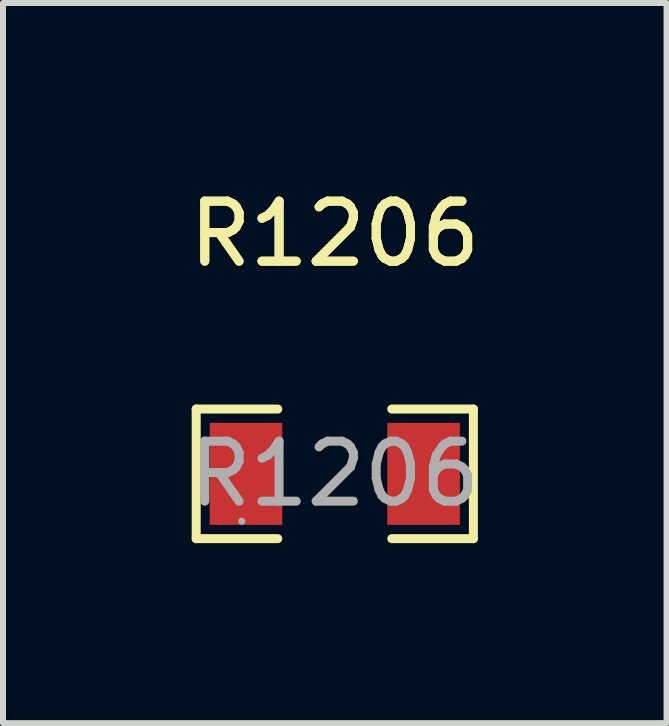
<source format=kicad_pcb>
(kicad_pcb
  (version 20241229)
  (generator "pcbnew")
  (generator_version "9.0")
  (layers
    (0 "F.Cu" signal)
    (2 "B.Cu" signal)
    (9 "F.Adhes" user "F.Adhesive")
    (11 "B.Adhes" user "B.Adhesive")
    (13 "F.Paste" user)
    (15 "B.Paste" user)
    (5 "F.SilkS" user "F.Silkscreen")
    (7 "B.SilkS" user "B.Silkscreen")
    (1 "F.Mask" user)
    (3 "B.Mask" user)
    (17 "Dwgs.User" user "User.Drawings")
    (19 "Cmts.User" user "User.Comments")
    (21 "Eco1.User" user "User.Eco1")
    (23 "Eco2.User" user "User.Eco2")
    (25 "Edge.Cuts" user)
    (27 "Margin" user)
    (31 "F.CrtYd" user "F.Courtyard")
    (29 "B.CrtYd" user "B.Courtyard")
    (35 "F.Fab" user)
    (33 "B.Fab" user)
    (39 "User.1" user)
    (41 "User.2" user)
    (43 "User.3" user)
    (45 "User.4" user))
  (footprint "R1206"
    (layer "F.Cu")
    (at 2.53 4.848)
    (property "Reference" "R1206" (at 0 -4 0) (layer "F.SilkS") (effects (font (size 1 1) (thickness 0.15))))
    (attr smd)
    (fp_line (start -2.31 -1.08) (end -0.95 -1.08) (stroke (width 0.15) (type solid)) (layer "F.SilkS"))
    (fp_line (start -2.31 1.08) (end -2.31 -1.08) (stroke (width 0.15) (type solid)) (layer "F.SilkS"))
    (fp_line (start -0.95 1.08) (end -2.31 1.08) (stroke (width 0.15) (type solid)) (layer "F.SilkS"))
    (fp_line (start 0.95 1.08) (end 2.31 1.08) (stroke (width 0.15) (type solid)) (layer "F.SilkS"))
    (fp_line (start 2.31 -1.08) (end 0.95 -1.08) (stroke (width 0.15) (type solid)) (layer "F.SilkS"))
    (fp_line (start 2.31 1.08) (end 2.31 -1.08) (stroke (width 0.15) (type solid)) (layer "F.SilkS"))
    (fp_circle (center -1.55 0.79) (end -1.52 0.79) (stroke (width 0.06) (type solid)) (fill no) (layer "F.Fab"))
    (fp_text user "${REFERENCE}" (at 0 -4 0) (layer "F.SilkS") (effects (font (size 1 1) (thickness 0.15))))
    (fp_text user "${REFERENCE}" (at 0 0 0) (layer "F.Fab") (effects (font (size 1 1) (thickness 0.15))))
    (pad "1" smd rect (at -1.48 0) (size 1.21 1.7) (layers "F.Cu" "F.Mask" "F.Paste"))
    (pad "2" smd rect (at 1.48 0) (size 1.21 1.7) (layers "F.Cu" "F.Mask" "F.Paste")))
  (gr_rect
    (start -3 -3)
    (end 8.06 9.003)
    (stroke (width 0.1) (type default))
    (fill no)
    (layer "Edge.Cuts")))
</source>
